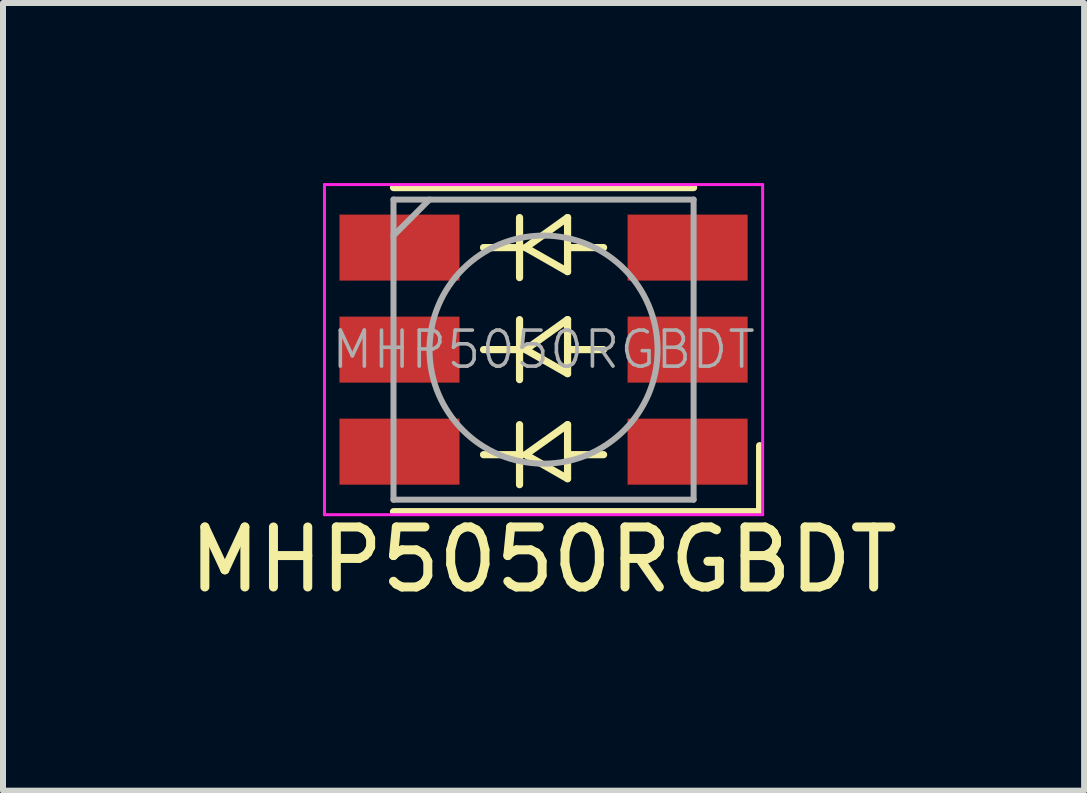
<source format=kicad_pcb>
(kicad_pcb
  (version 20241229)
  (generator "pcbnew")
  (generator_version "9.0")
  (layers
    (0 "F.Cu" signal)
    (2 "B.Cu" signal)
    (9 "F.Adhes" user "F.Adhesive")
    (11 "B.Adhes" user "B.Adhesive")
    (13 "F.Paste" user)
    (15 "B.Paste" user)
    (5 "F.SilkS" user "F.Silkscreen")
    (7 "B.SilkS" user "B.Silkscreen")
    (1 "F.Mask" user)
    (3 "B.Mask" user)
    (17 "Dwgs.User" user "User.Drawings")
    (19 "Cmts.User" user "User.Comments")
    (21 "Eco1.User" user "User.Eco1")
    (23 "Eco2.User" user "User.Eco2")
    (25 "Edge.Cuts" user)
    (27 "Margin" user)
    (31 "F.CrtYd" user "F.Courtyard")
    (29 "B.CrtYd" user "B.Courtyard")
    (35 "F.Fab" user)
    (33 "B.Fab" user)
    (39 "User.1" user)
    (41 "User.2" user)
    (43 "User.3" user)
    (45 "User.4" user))
  (footprint "MHP5050RGBDT"
    (layer "F.Cu")
    (at 6.006 2.975)
    (property "Reference" "MHP5050RGBDT" (at 0 3.3 0) (layer "F.SilkS") (effects (font (size 1 1) (thickness 0.15))))
    (attr smd)
    (fp_line (start -2.5 -2.9) (end 2.5 -2.9) (stroke (width 0.12) (type solid)) (layer "F.SilkS"))
    (fp_line (start -0.4 -1.9) (end -1 -1.9) (stroke (width 0.12) (type solid)) (layer "F.SilkS"))
    (fp_line (start -0.4 -1.4) (end -0.4 -2.4) (stroke (width 0.12) (type solid)) (layer "F.SilkS"))
    (fp_line (start -0.4 -0.2) (end -1 -0.2) (stroke (width 0.12) (type solid)) (layer "F.SilkS"))
    (fp_line (start -0.4 0.3) (end -0.4 -0.7) (stroke (width 0.12) (type solid)) (layer "F.SilkS"))
    (fp_line (start -0.4 1.55) (end -1 1.55) (stroke (width 0.12) (type solid)) (layer "F.SilkS"))
    (fp_line (start -0.4 2.05) (end -0.4 1.05) (stroke (width 0.12) (type solid)) (layer "F.SilkS"))
    (fp_line (start -0.3 -1.9) (end 0.4 -2.4) (stroke (width 0.12) (type solid)) (layer "F.SilkS"))
    (fp_line (start -0.3 -0.2) (end 0.4 -0.7) (stroke (width 0.12) (type solid)) (layer "F.SilkS"))
    (fp_line (start -0.3 1.55) (end 0.4 1.05) (stroke (width 0.12) (type solid)) (layer "F.SilkS"))
    (fp_line (start 0.4 -2.4) (end 0.4 -1.9) (stroke (width 0.12) (type solid)) (layer "F.SilkS"))
    (fp_line (start 0.4 -1.9) (end 0.4 -1.5) (stroke (width 0.12) (type solid)) (layer "F.SilkS"))
    (fp_line (start 0.4 -1.5) (end -0.3 -1.9) (stroke (width 0.12) (type solid)) (layer "F.SilkS"))
    (fp_line (start 0.4 -0.7) (end 0.4 -0.2) (stroke (width 0.12) (type solid)) (layer "F.SilkS"))
    (fp_line (start 0.4 -0.2) (end 0.4 0.2) (stroke (width 0.12) (type solid)) (layer "F.SilkS"))
    (fp_line (start 0.4 0.2) (end -0.3 -0.2) (stroke (width 0.12) (type solid)) (layer "F.SilkS"))
    (fp_line (start 0.4 1.05) (end 0.4 1.55) (stroke (width 0.12) (type solid)) (layer "F.SilkS"))
    (fp_line (start 0.4 1.55) (end 0.4 1.95) (stroke (width 0.12) (type solid)) (layer "F.SilkS"))
    (fp_line (start 0.4 1.95) (end -0.3 1.55) (stroke (width 0.12) (type solid)) (layer "F.SilkS"))
    (fp_line (start 1 -1.9) (end 0.4 -1.9) (stroke (width 0.12) (type solid)) (layer "F.SilkS"))
    (fp_line (start 1 -0.2) (end 0.4 -0.2) (stroke (width 0.12) (type solid)) (layer "F.SilkS"))
    (fp_line (start 1 1.55) (end 0.4 1.55) (stroke (width 0.12) (type solid)) (layer "F.SilkS"))
    (fp_line (start 3.6 1.4) (end 3.6 2.5) (stroke (width 0.12) (type solid)) (layer "F.SilkS"))
    (fp_line (start 3.6 2.5) (end -2.5 2.5) (stroke (width 0.12) (type solid)) (layer "F.SilkS"))
    (fp_line (start -3.65 -2.95) (end -3.65 2.55) (stroke (width 0.05) (type solid)) (layer "F.CrtYd"))
    (fp_line (start -3.65 2.55) (end 3.65 2.55) (stroke (width 0.05) (type solid)) (layer "F.CrtYd"))
    (fp_line (start 3.65 -2.95) (end -3.65 -2.95) (stroke (width 0.05) (type solid)) (layer "F.CrtYd"))
    (fp_line (start 3.65 2.55) (end 3.65 -2.95) (stroke (width 0.05) (type solid)) (layer "F.CrtYd"))
    (fp_line (start -2.5 -2.7) (end -2.5 2.3) (stroke (width 0.1) (type solid)) (layer "F.Fab"))
    (fp_line (start -2.5 2.3) (end 2.5 2.3) (stroke (width 0.1) (type solid)) (layer "F.Fab"))
    (fp_line (start -1.9 -2.7) (end -2.5 -2.1) (stroke (width 0.1) (type solid)) (layer "F.Fab"))
    (fp_line (start 2.5 -2.7) (end -2.5 -2.7) (stroke (width 0.1) (type solid)) (layer "F.Fab"))
    (fp_line (start 2.5 2.3) (end 2.5 -2.7) (stroke (width 0.1) (type solid)) (layer "F.Fab"))
    (fp_circle (center 0 -0.2) (end 0 1.7) (stroke (width 0.1) (type solid)) (fill no) (layer "F.Fab"))
    (fp_text user "${REFERENCE}" (at 0 -0.2 180) (layer "F.Fab") (effects (font (size 0.6 0.6) (thickness 0.06))))
    (pad "1" smd rect (at 2.4 -1.9 270) (size 1.1 2) (layers "F.Cu" "F.Mask" "F.Paste"))
    (pad "2" smd rect (at -2.4 -1.9 270) (size 1.1 2) (layers "F.Cu" "F.Mask" "F.Paste"))
    (pad "3" smd rect (at 2.4 -0.2 270) (size 1.1 2) (layers "F.Cu" "F.Mask" "F.Paste"))
    (pad "4" smd rect (at -2.4 -0.2 270) (size 1.1 2) (layers "F.Cu" "F.Mask" "F.Paste"))
    (pad "5" smd rect (at 2.4 1.5 270) (size 1.1 2) (layers "F.Cu" "F.Mask" "F.Paste"))
    (pad "6" smd rect (at -2.4 1.5 270) (size 1.1 2) (layers "F.Cu" "F.Mask" "F.Paste")))
  (gr_rect
    (start -3 -3)
    (end 15.012 10.123)
    (stroke (width 0.1) (type default))
    (fill no)
    (layer "Edge.Cuts")))
</source>
